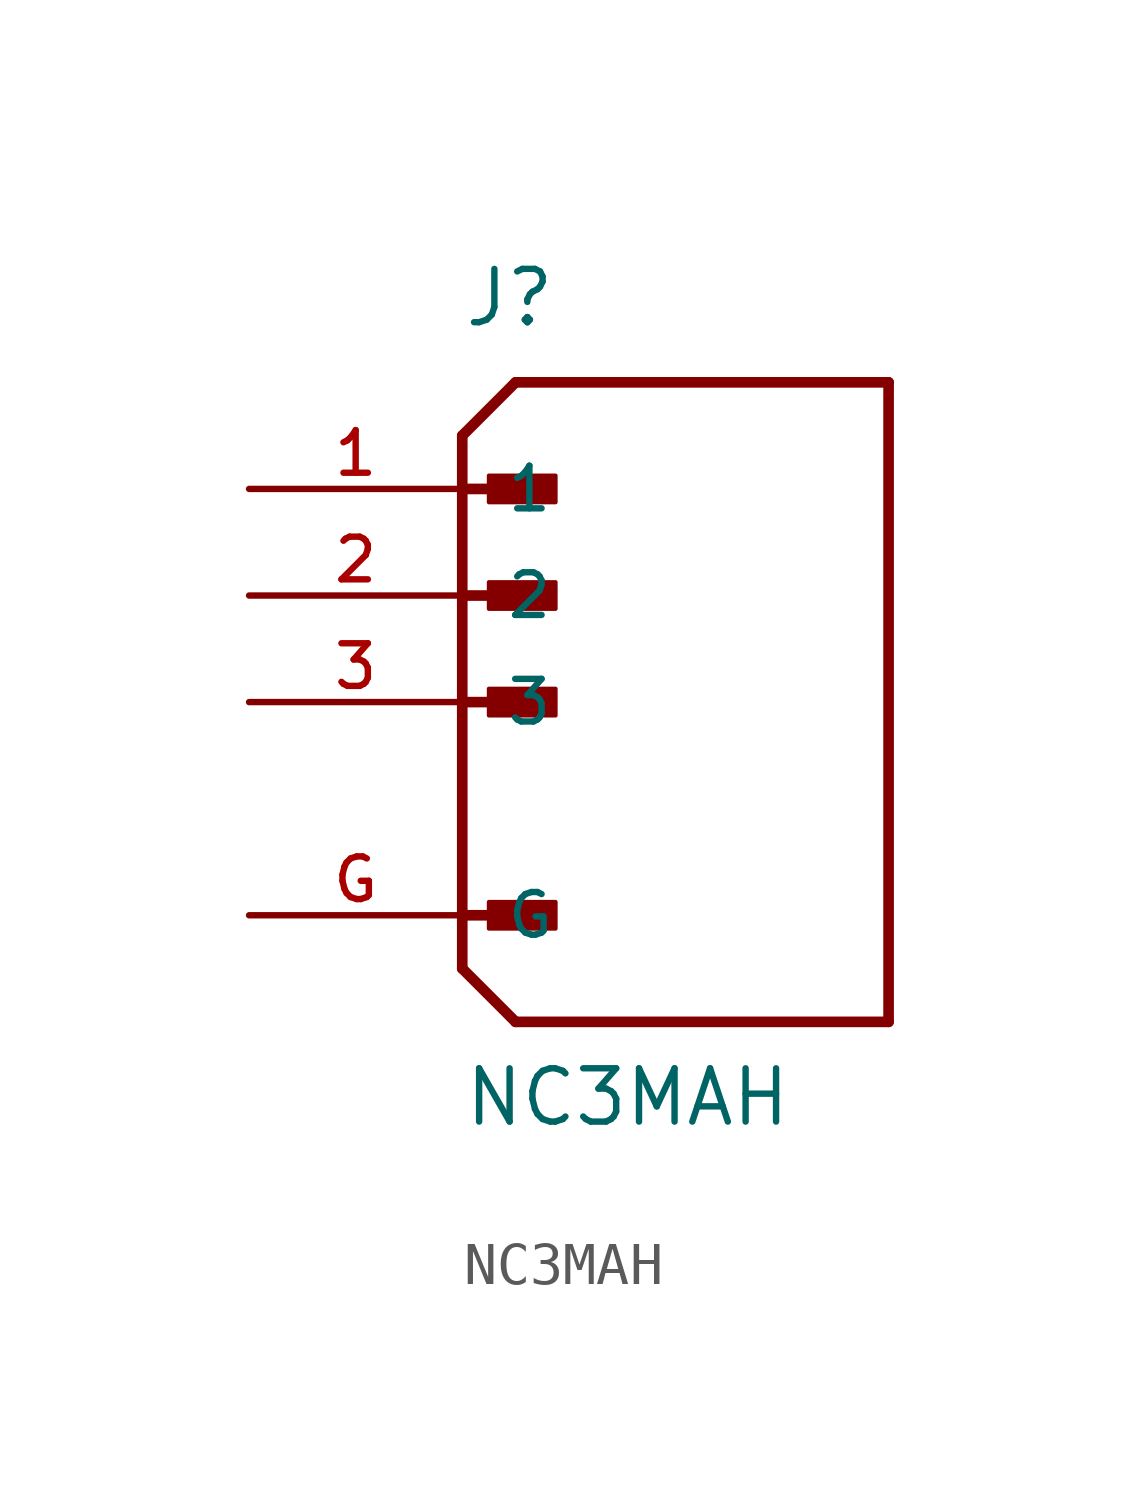
<source format=kicad_sym>
(kicad_symbol_lib
  (version 20220914)
  (generator kicad_symbol_editor)
  (symbol "NC3MAH"
    (pin_names
      (offset 1.016))
    (property "Reference" "J"
      (at 0 8.89 0)
      (effects (font (size 1.27 1.27)) (justify left bottom)))
    (property "Value" "NC3MAH"
      (at 0 -10.16 0)
      (effects (font (size 1.27 1.27)) (justify left bottom)))
    (symbol "NC3MAH_0_0"
      (polyline (pts (xy 0 -6.35) (xy 1.27 -7.62)) (stroke (width 0.254) (type default)) (fill (type none)))
      (polyline (pts (xy 0 -5.08) (xy 1.905 -5.08)) (stroke (width 0.254) (type default)) (fill (type none)))
      (polyline (pts (xy 0 0) (xy 1.905 0)) (stroke (width 0.254) (type default)) (fill (type none)))
      (polyline (pts (xy 0 2.54) (xy 1.905 2.54)) (stroke (width 0.254) (type default)) (fill (type none)))
      (polyline (pts (xy 0 5.08) (xy 0 -6.35)) (stroke (width 0.254) (type default)) (fill (type none)))
      (polyline (pts (xy 0 5.08) (xy 1.905 5.08)) (stroke (width 0.254) (type default)) (fill (type none)))
      (polyline (pts (xy 0 6.35) (xy 0 5.08)) (stroke (width 0.254) (type default)) (fill (type none)))
      (polyline (pts (xy 0 6.35) (xy 1.27 7.62)) (stroke (width 0.254) (type default)) (fill (type none)))
      (polyline (pts (xy 1.27 -7.62) (xy 10.16 -7.62)) (stroke (width 0.254) (type default)) (fill (type none)))
      (polyline (pts (xy 10.16 -7.62) (xy 10.16 7.62)) (stroke (width 0.254) (type default)) (fill (type none)))
      (polyline (pts (xy 10.16 7.62) (xy 1.27 7.62)) (stroke (width 0.254) (type default)) (fill (type none)))
      (rectangle (start 0.635 -5.397) (end 2.223 -4.763) (stroke (width 0.1) (type default)) (fill (type outline)))
      (rectangle (start 0.635 -0.318) (end 2.223 0.318) (stroke (width 0.1) (type default)) (fill (type outline)))
      (rectangle (start 0.635 2.223) (end 2.223 2.857) (stroke (width 0.1) (type default)) (fill (type outline)))
      (rectangle (start 0.635 4.763) (end 2.223 5.397) (stroke (width 0.1) (type default)) (fill (type outline)))
      (pin passive line (at -5.08 5.08 0) (length 5.08) (name "1" (effects (font (size 1.016 1.016)))) (number "1" (effects (font (size 1.016 1.016)))))
      (pin passive line (at -5.08 2.54 0) (length 5.08) (name "2" (effects (font (size 1.016 1.016)))) (number "2" (effects (font (size 1.016 1.016)))))
      (pin passive line (at -5.08 0 0) (length 5.08) (name "3" (effects (font (size 1.016 1.016)))) (number "3" (effects (font (size 1.016 1.016)))))
      (pin power_in line (at -5.08 -5.08 0) (length 5.08) (name "G" (effects (font (size 1.016 1.016)))) (number "G" (effects (font (size 1.016 1.016))))))))
</source>
